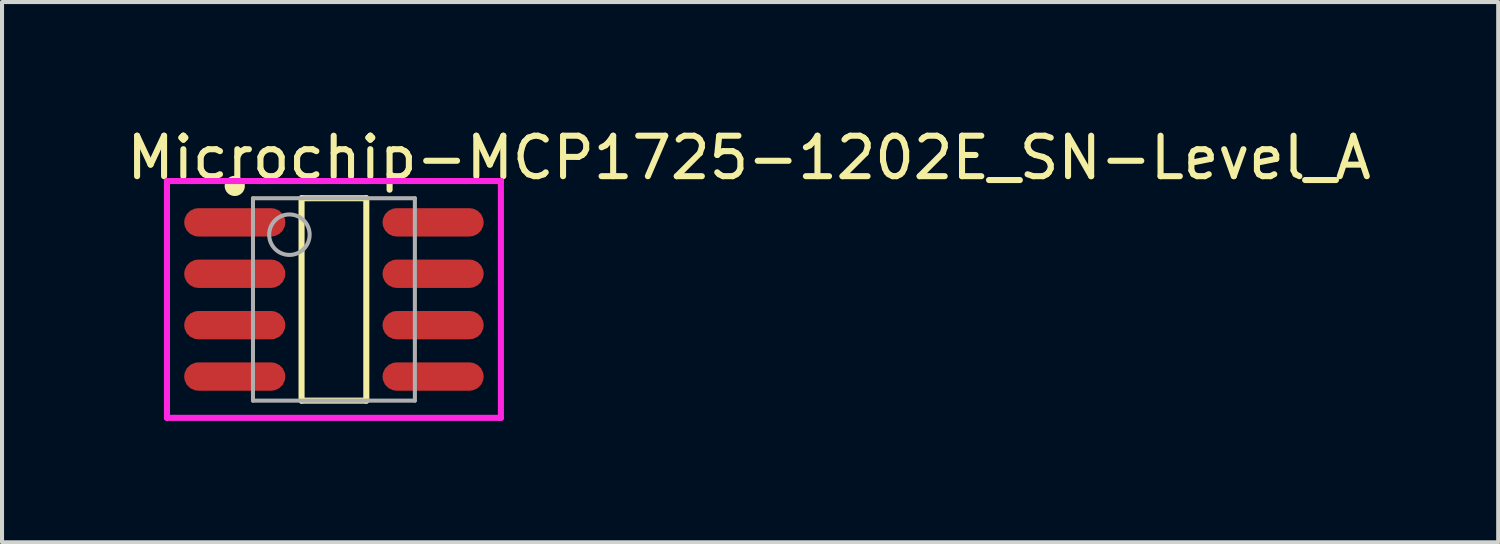
<source format=kicad_pcb>
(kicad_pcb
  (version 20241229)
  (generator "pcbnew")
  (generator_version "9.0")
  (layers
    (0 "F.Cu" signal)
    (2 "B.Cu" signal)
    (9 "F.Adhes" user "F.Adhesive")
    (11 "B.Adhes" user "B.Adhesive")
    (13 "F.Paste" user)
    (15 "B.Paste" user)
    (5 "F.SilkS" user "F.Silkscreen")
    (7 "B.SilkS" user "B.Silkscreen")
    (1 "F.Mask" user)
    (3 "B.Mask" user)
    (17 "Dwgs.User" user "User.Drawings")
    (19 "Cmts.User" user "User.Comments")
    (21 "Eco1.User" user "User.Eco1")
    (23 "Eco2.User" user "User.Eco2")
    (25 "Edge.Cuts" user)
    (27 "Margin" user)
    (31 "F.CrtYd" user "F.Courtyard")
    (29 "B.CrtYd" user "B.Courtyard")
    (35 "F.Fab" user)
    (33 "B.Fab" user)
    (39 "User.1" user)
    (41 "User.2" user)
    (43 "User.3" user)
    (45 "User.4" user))
  (footprint "Microchip-MCP1725-1202E_SN-Level_A"
    (layer "F.Cu")
    (at 5.2 4.348)
    (property "Reference" "Microchip-MCP1725-1202E_SN-Level_A" (at -5.2 -3.5 0) (layer "F.SilkS") (effects (font (size 1 1) (thickness 0.15)) (justify left)))
    (attr through_hole)
    (fp_line (start -0.8 -2.5) (end 0.8 -2.5) (stroke (width 0.15) (type solid)) (layer "F.SilkS"))
    (fp_line (start -0.8 2.5) (end -0.8 -2.5) (stroke (width 0.15) (type solid)) (layer "F.SilkS"))
    (fp_line (start -0.8 2.5) (end 0.8 2.5) (stroke (width 0.15) (type solid)) (layer "F.SilkS"))
    (fp_line (start 0.8 2.5) (end 0.8 -2.5) (stroke (width 0.15) (type solid)) (layer "F.SilkS"))
    (fp_circle (center -2.45 -2.805) (end -2.325 -2.805) (stroke (width 0.25) (type solid)) (fill no) (layer "F.SilkS"))
    (fp_line (start -4.125 -2.925) (end -4.125 2.925) (stroke (width 0.15) (type solid)) (layer "F.CrtYd"))
    (fp_line (start -4.125 2.925) (end 4.125 2.925) (stroke (width 0.15) (type solid)) (layer "F.CrtYd"))
    (fp_line (start 4.125 -2.925) (end -4.125 -2.925) (stroke (width 0.15) (type solid)) (layer "F.CrtYd"))
    (fp_line (start 4.125 -2.925) (end 4.125 -2.925) (stroke (width 0.15) (type solid)) (layer "F.CrtYd"))
    (fp_line (start 4.125 2.925) (end 4.125 -2.925) (stroke (width 0.15) (type solid)) (layer "F.CrtYd"))
    (fp_line (start -2 -2.5) (end 2 -2.5) (stroke (width 0.1) (type solid)) (layer "F.Fab"))
    (fp_line (start -2 2.5) (end -2 -2.5) (stroke (width 0.1) (type solid)) (layer "F.Fab"))
    (fp_line (start -2 2.5) (end 2 2.5) (stroke (width 0.1) (type solid)) (layer "F.Fab"))
    (fp_line (start 2 2.5) (end 2 -2.5) (stroke (width 0.1) (type solid)) (layer "F.Fab"))
    (fp_circle (center -1.1 -1.6) (end -0.6 -1.6) (stroke (width 0.1) (type solid)) (fill no) (layer "F.Fab"))
    (pad "1" smd roundrect (at -2.45 -1.905 270) (size 0.7 2.5) (layers "F.Cu" "F.Mask" "F.Paste") (roundrect_rratio 0.5))
    (pad "2" smd roundrect (at -2.45 -0.635 270) (size 0.7 2.5) (layers "F.Cu" "F.Mask" "F.Paste") (roundrect_rratio 0.5))
    (pad "3" smd roundrect (at -2.45 0.635 270) (size 0.7 2.5) (layers "F.Cu" "F.Mask" "F.Paste") (roundrect_rratio 0.5))
    (pad "4" smd roundrect (at -2.45 1.905 270) (size 0.7 2.5) (layers "F.Cu" "F.Mask" "F.Paste") (roundrect_rratio 0.5))
    (pad "5" smd roundrect (at 2.45 1.905 270) (size 0.7 2.5) (layers "F.Cu" "F.Mask" "F.Paste") (roundrect_rratio 0.5))
    (pad "6" smd roundrect (at 2.45 0.635 270) (size 0.7 2.5) (layers "F.Cu" "F.Mask" "F.Paste") (roundrect_rratio 0.5))
    (pad "7" smd roundrect (at 2.45 -0.635 270) (size 0.7 2.5) (layers "F.Cu" "F.Mask" "F.Paste") (roundrect_rratio 0.5))
    (pad "8" smd roundrect (at 2.45 -1.905 270) (size 0.7 2.5) (layers "F.Cu" "F.Mask" "F.Paste") (roundrect_rratio 0.5)))
  (gr_rect
    (start -3 -3)
    (end 33.964 10.348)
    (stroke (width 0.1) (type default))
    (fill no)
    (layer "Edge.Cuts")))
</source>
